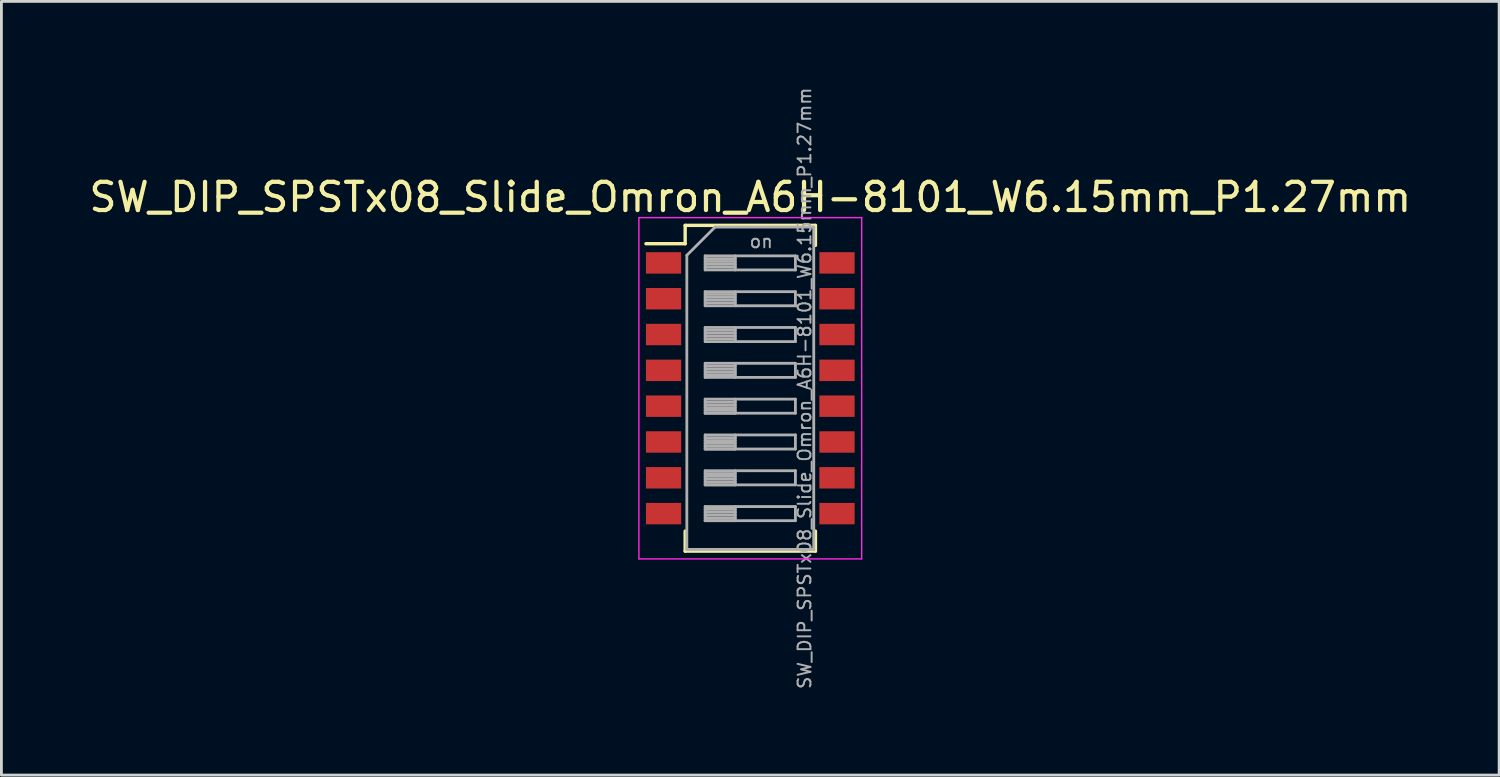
<source format=kicad_pcb>
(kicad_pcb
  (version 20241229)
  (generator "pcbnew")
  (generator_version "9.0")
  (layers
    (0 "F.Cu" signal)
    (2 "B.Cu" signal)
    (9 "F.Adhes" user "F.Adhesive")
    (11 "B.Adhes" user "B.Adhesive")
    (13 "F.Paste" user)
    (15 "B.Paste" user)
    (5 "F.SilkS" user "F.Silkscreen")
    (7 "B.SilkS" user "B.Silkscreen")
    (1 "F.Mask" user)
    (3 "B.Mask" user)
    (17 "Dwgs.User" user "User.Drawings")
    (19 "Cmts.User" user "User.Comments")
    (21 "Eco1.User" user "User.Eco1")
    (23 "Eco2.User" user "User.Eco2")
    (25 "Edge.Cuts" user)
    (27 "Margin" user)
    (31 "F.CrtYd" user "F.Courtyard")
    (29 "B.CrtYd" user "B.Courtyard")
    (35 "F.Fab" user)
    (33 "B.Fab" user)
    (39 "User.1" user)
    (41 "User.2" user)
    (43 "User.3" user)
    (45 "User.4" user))
  (footprint "SW_DIP_SPSTx08_Slide_Omron_A6H-8101_W6.15mm_P1.27mm"
    (layer "F.Cu")
    (at 23.554 10.717)
    (property "Reference" "SW_DIP_SPSTx08_Slide_Omron_A6H-8101_W6.15mm_P1.27mm" (at 0 -6.775 0) (layer "F.SilkS") (effects (font (size 1 1) (thickness 0.15))))
    (attr smd)
    (fp_line (start -3.7 -5.125) (end -2.309 -5.125) (stroke (width 0.12) (type solid)) (layer "F.SilkS"))
    (fp_line (start -2.309 -5.775) (end -2.309 -5.125) (stroke (width 0.12) (type solid)) (layer "F.SilkS"))
    (fp_line (start -2.309 -5.775) (end 2.31 -5.775) (stroke (width 0.12) (type solid)) (layer "F.SilkS"))
    (fp_line (start -2.309 5.065) (end -2.309 5.775) (stroke (width 0.12) (type solid)) (layer "F.SilkS"))
    (fp_line (start -2.309 5.775) (end 2.31 5.775) (stroke (width 0.12) (type solid)) (layer "F.SilkS"))
    (fp_line (start 2.31 -5.775) (end 2.31 -5.065) (stroke (width 0.12) (type solid)) (layer "F.SilkS"))
    (fp_line (start 2.31 5.065) (end 2.31 5.775) (stroke (width 0.12) (type solid)) (layer "F.SilkS"))
    (fp_line (start -3.95 -6.05) (end -3.95 6.05) (stroke (width 0.05) (type solid)) (layer "F.CrtYd"))
    (fp_line (start -3.95 6.05) (end 3.95 6.05) (stroke (width 0.05) (type solid)) (layer "F.CrtYd"))
    (fp_line (start 3.95 -6.05) (end -3.95 -6.05) (stroke (width 0.05) (type solid)) (layer "F.CrtYd"))
    (fp_line (start 3.95 6.05) (end 3.95 -6.05) (stroke (width 0.05) (type solid)) (layer "F.CrtYd"))
    (fp_line (start -2.25 -4.715) (end -1.25 -5.715) (stroke (width 0.1) (type solid)) (layer "F.Fab"))
    (fp_line (start -2.25 5.715) (end -2.25 -4.715) (stroke (width 0.1) (type solid)) (layer "F.Fab"))
    (fp_line (start -1.6 -4.695) (end -1.6 -4.195) (stroke (width 0.1) (type solid)) (layer "F.Fab"))
    (fp_line (start -1.6 -4.595) (end -0.533 -4.595) (stroke (width 0.1) (type solid)) (layer "F.Fab"))
    (fp_line (start -1.6 -4.495) (end -0.533 -4.495) (stroke (width 0.1) (type solid)) (layer "F.Fab"))
    (fp_line (start -1.6 -4.395) (end -0.533 -4.395) (stroke (width 0.1) (type solid)) (layer "F.Fab"))
    (fp_line (start -1.6 -4.295) (end -0.533 -4.295) (stroke (width 0.1) (type solid)) (layer "F.Fab"))
    (fp_line (start -1.6 -4.195) (end 1.6 -4.195) (stroke (width 0.1) (type solid)) (layer "F.Fab"))
    (fp_line (start -1.6 -3.425) (end -1.6 -2.925) (stroke (width 0.1) (type solid)) (layer "F.Fab"))
    (fp_line (start -1.6 -3.325) (end -0.533 -3.325) (stroke (width 0.1) (type solid)) (layer "F.Fab"))
    (fp_line (start -1.6 -3.225) (end -0.533 -3.225) (stroke (width 0.1) (type solid)) (layer "F.Fab"))
    (fp_line (start -1.6 -3.125) (end -0.533 -3.125) (stroke (width 0.1) (type solid)) (layer "F.Fab"))
    (fp_line (start -1.6 -3.025) (end -0.533 -3.025) (stroke (width 0.1) (type solid)) (layer "F.Fab"))
    (fp_line (start -1.6 -2.925) (end 1.6 -2.925) (stroke (width 0.1) (type solid)) (layer "F.Fab"))
    (fp_line (start -1.6 -2.155) (end -1.6 -1.655) (stroke (width 0.1) (type solid)) (layer "F.Fab"))
    (fp_line (start -1.6 -2.055) (end -0.533 -2.055) (stroke (width 0.1) (type solid)) (layer "F.Fab"))
    (fp_line (start -1.6 -1.955) (end -0.533 -1.955) (stroke (width 0.1) (type solid)) (layer "F.Fab"))
    (fp_line (start -1.6 -1.855) (end -0.533 -1.855) (stroke (width 0.1) (type solid)) (layer "F.Fab"))
    (fp_line (start -1.6 -1.755) (end -0.533 -1.755) (stroke (width 0.1) (type solid)) (layer "F.Fab"))
    (fp_line (start -1.6 -1.655) (end 1.6 -1.655) (stroke (width 0.1) (type solid)) (layer "F.Fab"))
    (fp_line (start -1.6 -0.885) (end -1.6 -0.385) (stroke (width 0.1) (type solid)) (layer "F.Fab"))
    (fp_line (start -1.6 -0.785) (end -0.533 -0.785) (stroke (width 0.1) (type solid)) (layer "F.Fab"))
    (fp_line (start -1.6 -0.685) (end -0.533 -0.685) (stroke (width 0.1) (type solid)) (layer "F.Fab"))
    (fp_line (start -1.6 -0.585) (end -0.533 -0.585) (stroke (width 0.1) (type solid)) (layer "F.Fab"))
    (fp_line (start -1.6 -0.485) (end -0.533 -0.485) (stroke (width 0.1) (type solid)) (layer "F.Fab"))
    (fp_line (start -1.6 -0.385) (end 1.6 -0.385) (stroke (width 0.1) (type solid)) (layer "F.Fab"))
    (fp_line (start -1.6 0.385) (end -1.6 0.885) (stroke (width 0.1) (type solid)) (layer "F.Fab"))
    (fp_line (start -1.6 0.485) (end -0.533 0.485) (stroke (width 0.1) (type solid)) (layer "F.Fab"))
    (fp_line (start -1.6 0.585) (end -0.533 0.585) (stroke (width 0.1) (type solid)) (layer "F.Fab"))
    (fp_line (start -1.6 0.685) (end -0.533 0.685) (stroke (width 0.1) (type solid)) (layer "F.Fab"))
    (fp_line (start -1.6 0.785) (end -0.533 0.785) (stroke (width 0.1) (type solid)) (layer "F.Fab"))
    (fp_line (start -1.6 0.885) (end -0.533 0.885) (stroke (width 0.1) (type solid)) (layer "F.Fab"))
    (fp_line (start -1.6 0.885) (end 1.6 0.885) (stroke (width 0.1) (type solid)) (layer "F.Fab"))
    (fp_line (start -1.6 1.655) (end -1.6 2.155) (stroke (width 0.1) (type solid)) (layer "F.Fab"))
    (fp_line (start -1.6 1.755) (end -0.533 1.755) (stroke (width 0.1) (type solid)) (layer "F.Fab"))
    (fp_line (start -1.6 1.855) (end -0.533 1.855) (stroke (width 0.1) (type solid)) (layer "F.Fab"))
    (fp_line (start -1.6 1.955) (end -0.533 1.955) (stroke (width 0.1) (type solid)) (layer "F.Fab"))
    (fp_line (start -1.6 2.055) (end -0.533 2.055) (stroke (width 0.1) (type solid)) (layer "F.Fab"))
    (fp_line (start -1.6 2.155) (end -0.533 2.155) (stroke (width 0.1) (type solid)) (layer "F.Fab"))
    (fp_line (start -1.6 2.155) (end 1.6 2.155) (stroke (width 0.1) (type solid)) (layer "F.Fab"))
    (fp_line (start -1.6 2.925) (end -1.6 3.425) (stroke (width 0.1) (type solid)) (layer "F.Fab"))
    (fp_line (start -1.6 3.025) (end -0.533 3.025) (stroke (width 0.1) (type solid)) (layer "F.Fab"))
    (fp_line (start -1.6 3.125) (end -0.533 3.125) (stroke (width 0.1) (type solid)) (layer "F.Fab"))
    (fp_line (start -1.6 3.225) (end -0.533 3.225) (stroke (width 0.1) (type solid)) (layer "F.Fab"))
    (fp_line (start -1.6 3.325) (end -0.533 3.325) (stroke (width 0.1) (type solid)) (layer "F.Fab"))
    (fp_line (start -1.6 3.425) (end -0.533 3.425) (stroke (width 0.1) (type solid)) (layer "F.Fab"))
    (fp_line (start -1.6 3.425) (end 1.6 3.425) (stroke (width 0.1) (type solid)) (layer "F.Fab"))
    (fp_line (start -1.6 4.195) (end -1.6 4.695) (stroke (width 0.1) (type solid)) (layer "F.Fab"))
    (fp_line (start -1.6 4.295) (end -0.533 4.295) (stroke (width 0.1) (type solid)) (layer "F.Fab"))
    (fp_line (start -1.6 4.395) (end -0.533 4.395) (stroke (width 0.1) (type solid)) (layer "F.Fab"))
    (fp_line (start -1.6 4.495) (end -0.533 4.495) (stroke (width 0.1) (type solid)) (layer "F.Fab"))
    (fp_line (start -1.6 4.595) (end -0.533 4.595) (stroke (width 0.1) (type solid)) (layer "F.Fab"))
    (fp_line (start -1.6 4.695) (end -0.533 4.695) (stroke (width 0.1) (type solid)) (layer "F.Fab"))
    (fp_line (start -1.6 4.695) (end 1.6 4.695) (stroke (width 0.1) (type solid)) (layer "F.Fab"))
    (fp_line (start -1.25 -5.715) (end 2.25 -5.715) (stroke (width 0.1) (type solid)) (layer "F.Fab"))
    (fp_line (start -0.533 -4.695) (end -0.533 -4.195) (stroke (width 0.1) (type solid)) (layer "F.Fab"))
    (fp_line (start -0.533 -3.425) (end -0.533 -2.925) (stroke (width 0.1) (type solid)) (layer "F.Fab"))
    (fp_line (start -0.533 -2.155) (end -0.533 -1.655) (stroke (width 0.1) (type solid)) (layer "F.Fab"))
    (fp_line (start -0.533 -0.885) (end -0.533 -0.385) (stroke (width 0.1) (type solid)) (layer "F.Fab"))
    (fp_line (start -0.533 0.385) (end -0.533 0.885) (stroke (width 0.1) (type solid)) (layer "F.Fab"))
    (fp_line (start -0.533 1.655) (end -0.533 2.155) (stroke (width 0.1) (type solid)) (layer "F.Fab"))
    (fp_line (start -0.533 2.925) (end -0.533 3.425) (stroke (width 0.1) (type solid)) (layer "F.Fab"))
    (fp_line (start -0.533 4.195) (end -0.533 4.695) (stroke (width 0.1) (type solid)) (layer "F.Fab"))
    (fp_line (start 1.6 -4.695) (end -1.6 -4.695) (stroke (width 0.1) (type solid)) (layer "F.Fab"))
    (fp_line (start 1.6 -4.195) (end 1.6 -4.695) (stroke (width 0.1) (type solid)) (layer "F.Fab"))
    (fp_line (start 1.6 -3.425) (end -1.6 -3.425) (stroke (width 0.1) (type solid)) (layer "F.Fab"))
    (fp_line (start 1.6 -2.925) (end 1.6 -3.425) (stroke (width 0.1) (type solid)) (layer "F.Fab"))
    (fp_line (start 1.6 -2.155) (end -1.6 -2.155) (stroke (width 0.1) (type solid)) (layer "F.Fab"))
    (fp_line (start 1.6 -1.655) (end 1.6 -2.155) (stroke (width 0.1) (type solid)) (layer "F.Fab"))
    (fp_line (start 1.6 -0.885) (end -1.6 -0.885) (stroke (width 0.1) (type solid)) (layer "F.Fab"))
    (fp_line (start 1.6 -0.385) (end 1.6 -0.885) (stroke (width 0.1) (type solid)) (layer "F.Fab"))
    (fp_line (start 1.6 0.385) (end -1.6 0.385) (stroke (width 0.1) (type solid)) (layer "F.Fab"))
    (fp_line (start 1.6 0.885) (end 1.6 0.385) (stroke (width 0.1) (type solid)) (layer "F.Fab"))
    (fp_line (start 1.6 1.655) (end -1.6 1.655) (stroke (width 0.1) (type solid)) (layer "F.Fab"))
    (fp_line (start 1.6 2.155) (end 1.6 1.655) (stroke (width 0.1) (type solid)) (layer "F.Fab"))
    (fp_line (start 1.6 2.925) (end -1.6 2.925) (stroke (width 0.1) (type solid)) (layer "F.Fab"))
    (fp_line (start 1.6 3.425) (end 1.6 2.925) (stroke (width 0.1) (type solid)) (layer "F.Fab"))
    (fp_line (start 1.6 4.195) (end -1.6 4.195) (stroke (width 0.1) (type solid)) (layer "F.Fab"))
    (fp_line (start 1.6 4.695) (end 1.6 4.195) (stroke (width 0.1) (type solid)) (layer "F.Fab"))
    (fp_line (start 2.25 -5.715) (end 2.25 5.715) (stroke (width 0.1) (type solid)) (layer "F.Fab"))
    (fp_line (start 2.25 5.715) (end -2.25 5.715) (stroke (width 0.1) (type solid)) (layer "F.Fab"))
    (fp_text user "on" (at 0.388 -5.205 0) (layer "F.Fab") (effects (font (size 0.455 0.455) (thickness 0.068))))
    (fp_text user "${REFERENCE}" (at 1.925 0 90) (layer "F.Fab") (effects (font (size 0.455 0.455) (thickness 0.068))))
    (pad "1" smd rect (at -3.075 -4.445) (size 1.25 0.76) (layers "F.Cu" "F.Mask" "F.Paste"))
    (pad "2" smd rect (at -3.075 -3.175) (size 1.25 0.76) (layers "F.Cu" "F.Mask" "F.Paste"))
    (pad "3" smd rect (at -3.075 -1.905) (size 1.25 0.76) (layers "F.Cu" "F.Mask" "F.Paste"))
    (pad "4" smd rect (at -3.075 -0.635) (size 1.25 0.76) (layers "F.Cu" "F.Mask" "F.Paste"))
    (pad "5" smd rect (at -3.075 0.635) (size 1.25 0.76) (layers "F.Cu" "F.Mask" "F.Paste"))
    (pad "6" smd rect (at -3.075 1.905) (size 1.25 0.76) (layers "F.Cu" "F.Mask" "F.Paste"))
    (pad "7" smd rect (at -3.075 3.175) (size 1.25 0.76) (layers "F.Cu" "F.Mask" "F.Paste"))
    (pad "8" smd rect (at -3.075 4.445) (size 1.25 0.76) (layers "F.Cu" "F.Mask" "F.Paste"))
    (pad "9" smd rect (at 3.075 4.445) (size 1.25 0.76) (layers "F.Cu" "F.Mask" "F.Paste"))
    (pad "10" smd rect (at 3.075 3.175) (size 1.25 0.76) (layers "F.Cu" "F.Mask" "F.Paste"))
    (pad "11" smd rect (at 3.075 1.905) (size 1.25 0.76) (layers "F.Cu" "F.Mask" "F.Paste"))
    (pad "12" smd rect (at 3.075 0.635) (size 1.25 0.76) (layers "F.Cu" "F.Mask" "F.Paste"))
    (pad "13" smd rect (at 3.075 -0.635) (size 1.25 0.76) (layers "F.Cu" "F.Mask" "F.Paste"))
    (pad "14" smd rect (at 3.075 -1.905) (size 1.25 0.76) (layers "F.Cu" "F.Mask" "F.Paste"))
    (pad "15" smd rect (at 3.075 -3.175) (size 1.25 0.76) (layers "F.Cu" "F.Mask" "F.Paste"))
    (pad "16" smd rect (at 3.075 -4.445) (size 1.25 0.76) (layers "F.Cu" "F.Mask" "F.Paste")))
  (gr_rect
    (start -3 -3)
    (end 50.107 24.434)
    (stroke (width 0.1) (type default))
    (fill no)
    (layer "Edge.Cuts")))
</source>
